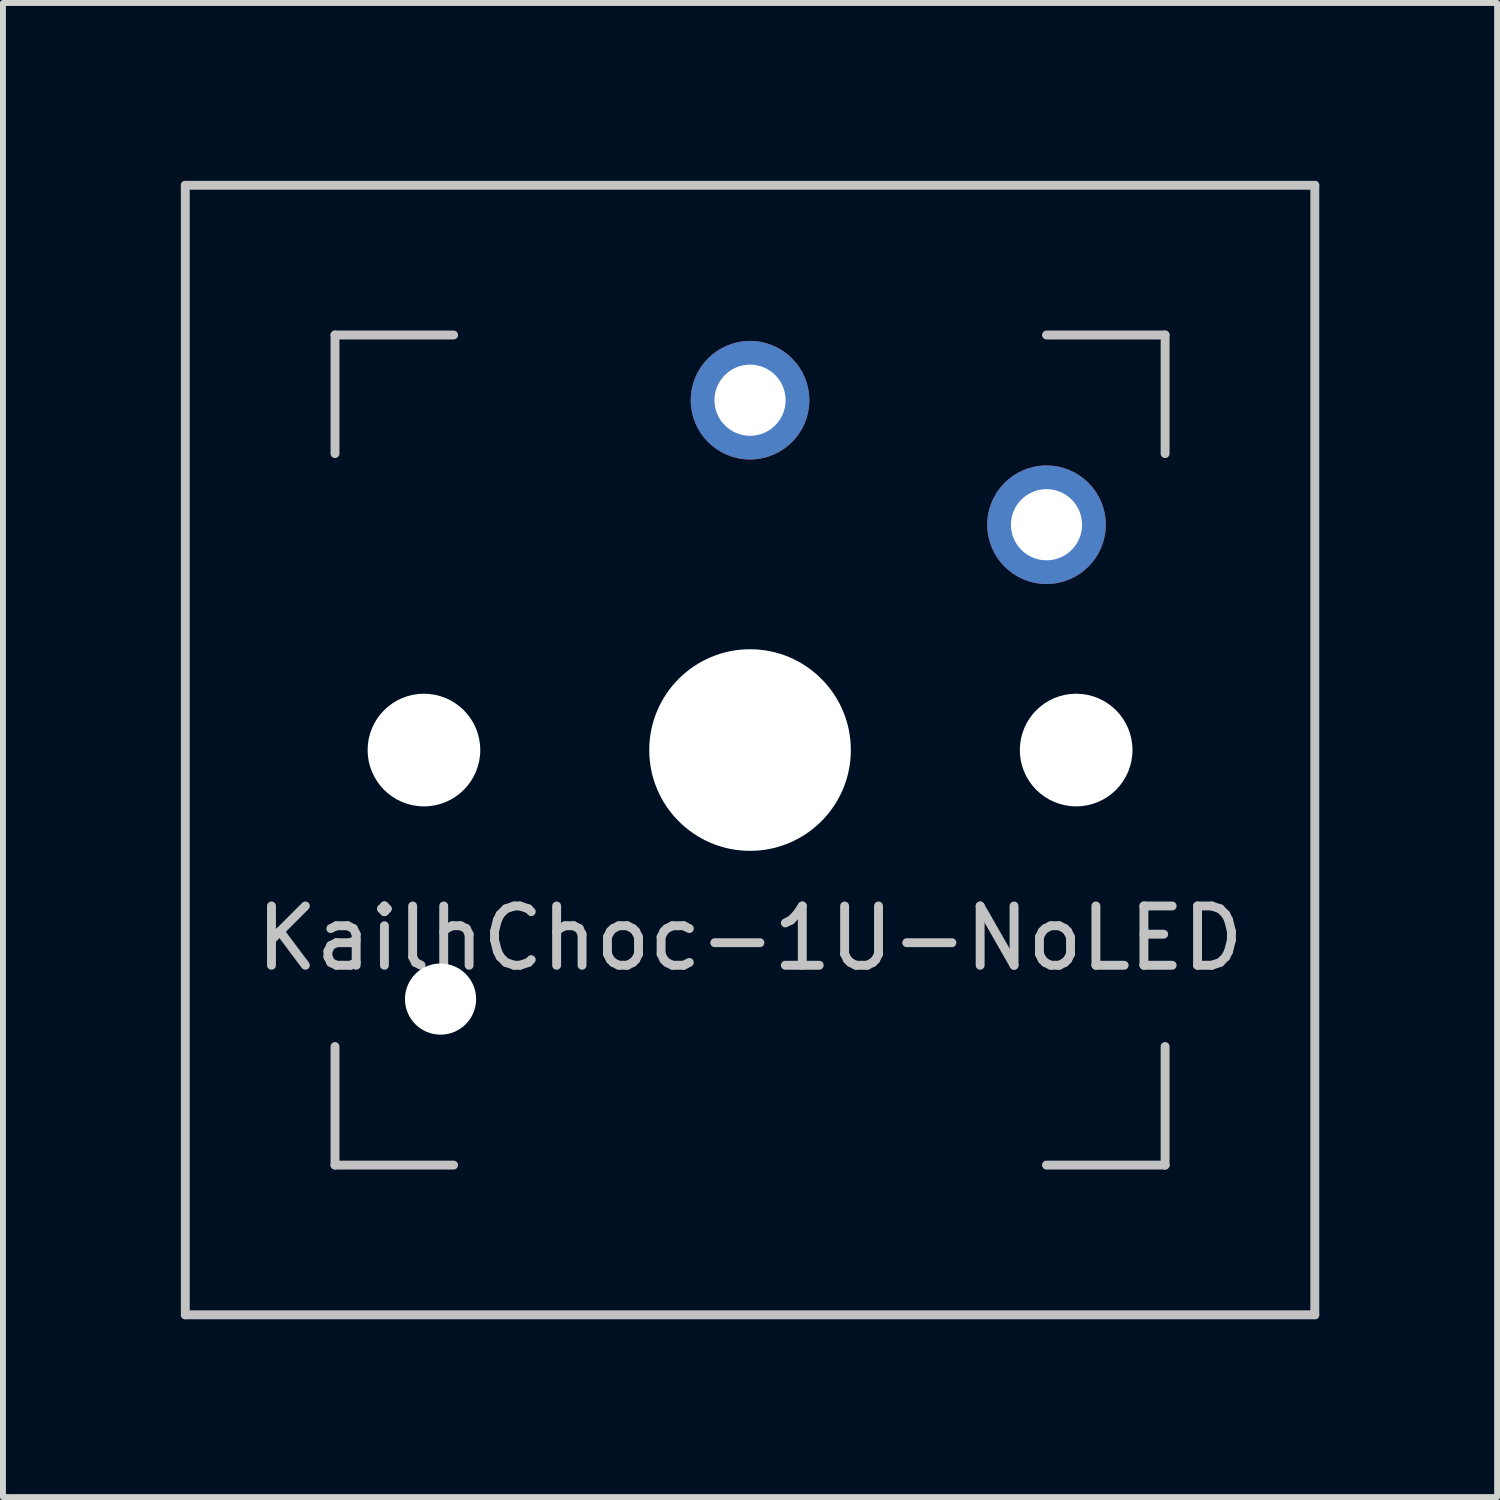
<source format=kicad_pcb>
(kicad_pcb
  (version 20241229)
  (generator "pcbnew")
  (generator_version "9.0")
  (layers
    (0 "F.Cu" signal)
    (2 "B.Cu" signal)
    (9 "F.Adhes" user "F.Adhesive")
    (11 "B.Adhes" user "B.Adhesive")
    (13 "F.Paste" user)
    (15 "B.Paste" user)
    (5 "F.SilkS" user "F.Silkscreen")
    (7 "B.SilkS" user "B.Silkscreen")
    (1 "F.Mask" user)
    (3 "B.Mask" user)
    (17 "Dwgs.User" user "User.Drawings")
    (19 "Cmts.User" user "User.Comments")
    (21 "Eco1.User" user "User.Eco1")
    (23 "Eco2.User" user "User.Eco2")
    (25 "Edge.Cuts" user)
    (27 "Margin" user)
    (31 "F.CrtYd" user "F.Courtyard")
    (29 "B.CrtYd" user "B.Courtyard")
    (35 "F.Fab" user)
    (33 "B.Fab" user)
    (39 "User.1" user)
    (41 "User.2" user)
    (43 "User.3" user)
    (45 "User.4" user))
  (footprint "KailhChoc-1U-NoLED"
    (layer "F.Cu")
    (at 9.6 9.6)
    (property "Reference" "KailhChoc-1U-NoLED" (at 0 3.175 0) (layer "Dwgs.User") (effects (font (size 1 1) (thickness 0.15))))
    (attr through_hole)
    (fp_line (start -9.525 -9.525) (end 9.525 -9.525) (stroke (width 0.15) (type solid)) (layer "Dwgs.User"))
    (fp_line (start -9.525 9.525) (end -9.525 -9.525) (stroke (width 0.15) (type solid)) (layer "Dwgs.User"))
    (fp_line (start -7 -7) (end -7 -5) (stroke (width 0.15) (type solid)) (layer "Dwgs.User"))
    (fp_line (start -7 5) (end -7 7) (stroke (width 0.15) (type solid)) (layer "Dwgs.User"))
    (fp_line (start -7 7) (end -5 7) (stroke (width 0.15) (type solid)) (layer "Dwgs.User"))
    (fp_line (start -5 -7) (end -7 -7) (stroke (width 0.15) (type solid)) (layer "Dwgs.User"))
    (fp_line (start 5 -7) (end 7 -7) (stroke (width 0.15) (type solid)) (layer "Dwgs.User"))
    (fp_line (start 5 7) (end 7 7) (stroke (width 0.15) (type solid)) (layer "Dwgs.User"))
    (fp_line (start 7 -7) (end 7 -5) (stroke (width 0.15) (type solid)) (layer "Dwgs.User"))
    (fp_line (start 7 7) (end 7 5) (stroke (width 0.15) (type solid)) (layer "Dwgs.User"))
    (fp_line (start 9.525 -9.525) (end 9.525 9.525) (stroke (width 0.15) (type solid)) (layer "Dwgs.User"))
    (fp_line (start 9.525 9.525) (end -9.525 9.525) (stroke (width 0.15) (type solid)) (layer "Dwgs.User"))
    (pad "" np_thru_hole circle (at -5.5 0 48.1) (size 1.9 1.9) (drill 1.9) (layers "*.Cu" "*.Mask"))
    (pad "" np_thru_hole circle (at -5.22 4.2) (size 1.2 1.2) (drill 1.2) (layers "*.Cu" "*.Mask"))
    (pad "" np_thru_hole circle (at 0 0) (size 3.4 3.4) (drill 3.4) (layers "*.Cu" "*.Mask"))
    (pad "" np_thru_hole circle (at 5.5 0 48.1) (size 1.9 1.9) (drill 1.9) (layers "*.Cu" "*.Mask"))
    (pad "1" thru_hole circle (at 5 -3.8) (size 2 2) (drill 1.2) (layers "*.Cu" "B.Mask"))
    (pad "2" thru_hole circle (at 0 -5.9) (size 2 2) (drill 1.2) (layers "*.Cu" "B.Mask")))
  (gr_rect
    (start -3 -3)
    (end 22.2 22.2)
    (stroke (width 0.1) (type default))
    (fill no)
    (layer "Edge.Cuts")))
</source>
